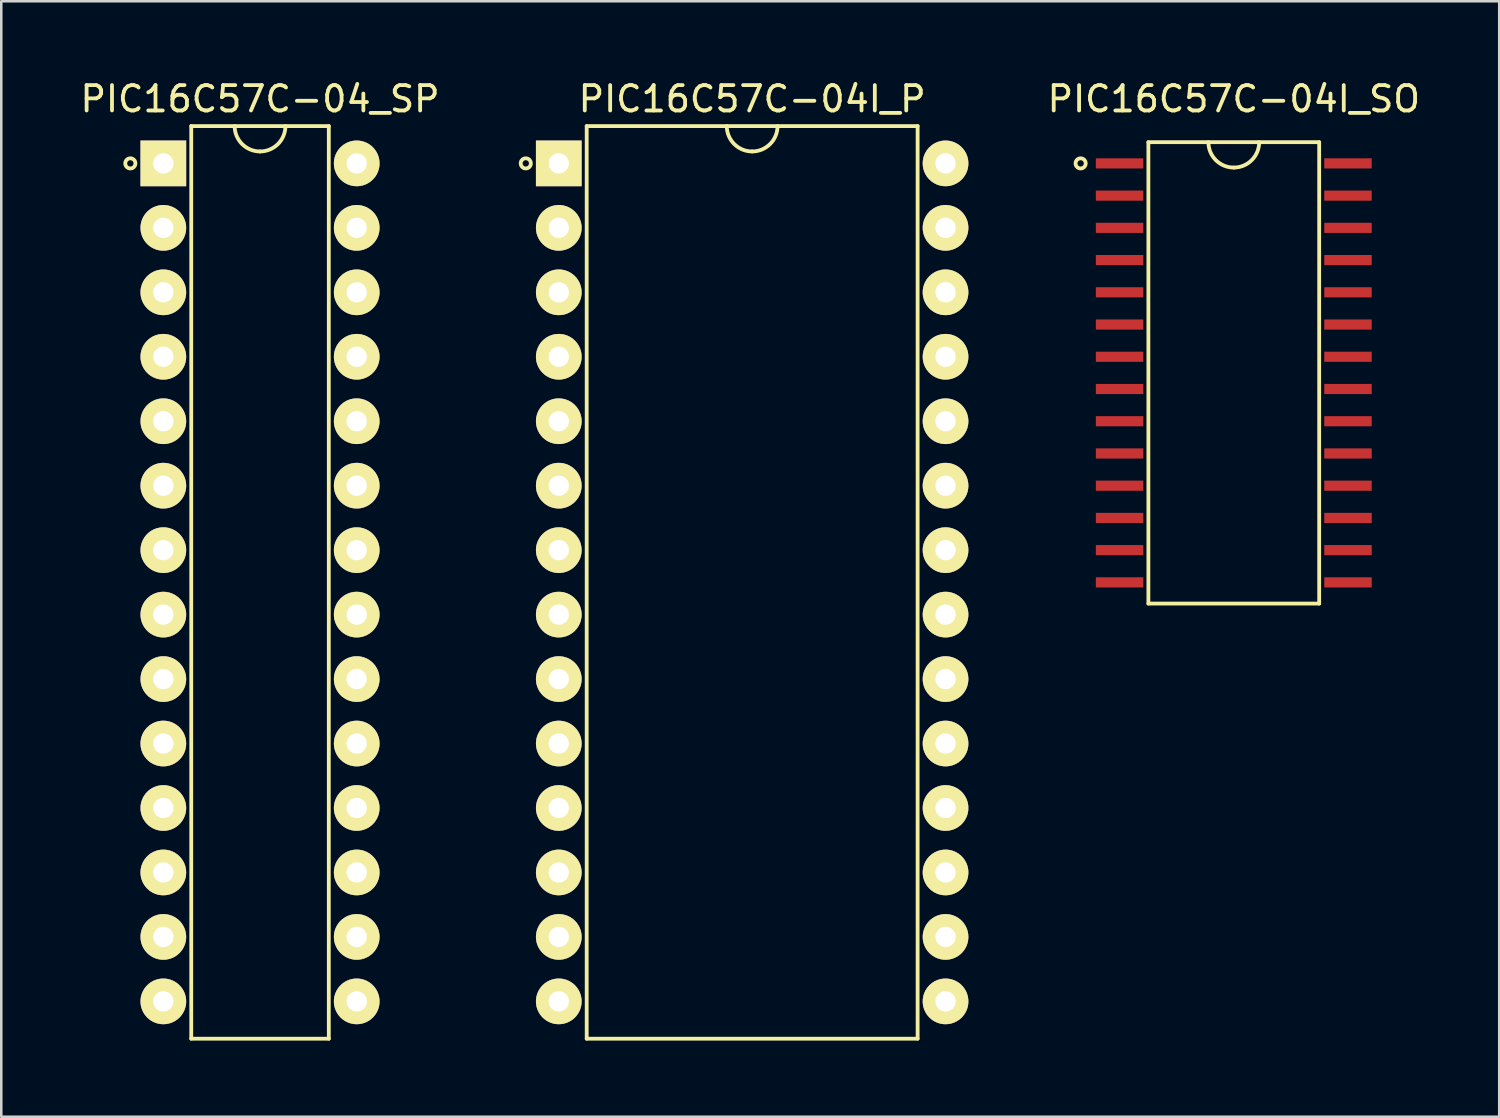
<source format=kicad_pcb>
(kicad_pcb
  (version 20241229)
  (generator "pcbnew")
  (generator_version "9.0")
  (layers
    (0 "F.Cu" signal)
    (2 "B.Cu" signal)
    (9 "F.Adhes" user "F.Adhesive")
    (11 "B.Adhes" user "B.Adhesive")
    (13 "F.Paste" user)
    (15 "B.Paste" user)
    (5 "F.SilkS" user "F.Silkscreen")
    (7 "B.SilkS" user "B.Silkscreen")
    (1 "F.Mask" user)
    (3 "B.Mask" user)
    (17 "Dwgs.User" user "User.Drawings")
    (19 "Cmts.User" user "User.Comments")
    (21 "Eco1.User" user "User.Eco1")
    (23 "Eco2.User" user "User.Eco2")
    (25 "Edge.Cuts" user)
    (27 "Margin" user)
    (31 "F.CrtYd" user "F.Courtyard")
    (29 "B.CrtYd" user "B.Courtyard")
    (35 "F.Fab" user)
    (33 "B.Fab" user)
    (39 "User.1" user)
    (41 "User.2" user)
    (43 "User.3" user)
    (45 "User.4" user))
  (footprint "PIC16C57C-04I_SO"
    (layer "F.Cu")
    (at 41.066 3.388)
    (property "Reference" "PIC16C57C-04I_SO" (at 4.5 -2.54 0) (layer "F.SilkS") (effects (font (size 1 1) (thickness 0.15))))
    (attr through_hole)
    (fp_line (start 1.135 -0.835) (end 7.865 -0.835) (stroke (width 0.15) (type solid)) (layer "F.SilkS"))
    (fp_line (start 1.135 17.345) (end 1.135 -0.835) (stroke (width 0.15) (type solid)) (layer "F.SilkS"))
    (fp_line (start 7.865 -0.835) (end 7.865 17.345) (stroke (width 0.15) (type solid)) (layer "F.SilkS"))
    (fp_line (start 7.865 17.345) (end 1.135 17.345) (stroke (width 0.15) (type solid)) (layer "F.SilkS"))
    (fp_arc (start 4.5 0.165) (mid 3.792893 -0.127893) (end 3.5 -0.835) (stroke (width 0.15) (type solid)) (layer "F.SilkS"))
    (fp_arc (start 5.5 -0.835) (mid 5.207107 -0.127893) (end 4.5 0.165) (stroke (width 0.15) (type solid)) (layer "F.SilkS"))
    (fp_circle (center -1.535 0) (end -1.535 0.2) (stroke (width 0.15) (type solid)) (fill no) (layer "F.SilkS"))
    (pad "1" smd rect (at 0 0) (size 1.87 0.4) (layers "F.Cu" "F.Mask" "F.Paste"))
    (pad "2" smd rect (at 0 1.27) (size 1.87 0.4) (layers "F.Cu" "F.Mask" "F.Paste"))
    (pad "3" smd rect (at 0 2.54) (size 1.87 0.4) (layers "F.Cu" "F.Mask" "F.Paste"))
    (pad "4" smd rect (at 0 3.81) (size 1.87 0.4) (layers "F.Cu" "F.Mask" "F.Paste"))
    (pad "5" smd rect (at 0 5.08) (size 1.87 0.4) (layers "F.Cu" "F.Mask" "F.Paste"))
    (pad "6" smd rect (at 0 6.35) (size 1.87 0.4) (layers "F.Cu" "F.Mask" "F.Paste"))
    (pad "7" smd rect (at 0 7.62) (size 1.87 0.4) (layers "F.Cu" "F.Mask" "F.Paste"))
    (pad "8" smd rect (at 0 8.89) (size 1.87 0.4) (layers "F.Cu" "F.Mask" "F.Paste"))
    (pad "9" smd rect (at 0 10.16) (size 1.87 0.4) (layers "F.Cu" "F.Mask" "F.Paste"))
    (pad "10" smd rect (at 0 11.43) (size 1.87 0.4) (layers "F.Cu" "F.Mask" "F.Paste"))
    (pad "11" smd rect (at 0 12.7) (size 1.87 0.4) (layers "F.Cu" "F.Mask" "F.Paste"))
    (pad "12" smd rect (at 0 13.97) (size 1.87 0.4) (layers "F.Cu" "F.Mask" "F.Paste"))
    (pad "13" smd rect (at 0 15.24) (size 1.87 0.4) (layers "F.Cu" "F.Mask" "F.Paste"))
    (pad "14" smd rect (at 0 16.51) (size 1.87 0.4) (layers "F.Cu" "F.Mask" "F.Paste"))
    (pad "15" smd rect (at 9 16.51) (size 1.87 0.4) (layers "F.Cu" "F.Mask" "F.Paste"))
    (pad "16" smd rect (at 9 15.24) (size 1.87 0.4) (layers "F.Cu" "F.Mask" "F.Paste"))
    (pad "17" smd rect (at 9 13.97) (size 1.87 0.4) (layers "F.Cu" "F.Mask" "F.Paste"))
    (pad "18" smd rect (at 9 12.7) (size 1.87 0.4) (layers "F.Cu" "F.Mask" "F.Paste"))
    (pad "19" smd rect (at 9 11.43) (size 1.87 0.4) (layers "F.Cu" "F.Mask" "F.Paste"))
    (pad "20" smd rect (at 9 10.16) (size 1.87 0.4) (layers "F.Cu" "F.Mask" "F.Paste"))
    (pad "21" smd rect (at 9 8.89) (size 1.87 0.4) (layers "F.Cu" "F.Mask" "F.Paste"))
    (pad "22" smd rect (at 9 7.62) (size 1.87 0.4) (layers "F.Cu" "F.Mask" "F.Paste"))
    (pad "23" smd rect (at 9 6.35) (size 1.87 0.4) (layers "F.Cu" "F.Mask" "F.Paste"))
    (pad "24" smd rect (at 9 5.08) (size 1.87 0.4) (layers "F.Cu" "F.Mask" "F.Paste"))
    (pad "25" smd rect (at 9 3.81) (size 1.87 0.4) (layers "F.Cu" "F.Mask" "F.Paste"))
    (pad "26" smd rect (at 9 2.54) (size 1.87 0.4) (layers "F.Cu" "F.Mask" "F.Paste"))
    (pad "27" smd rect (at 9 1.27) (size 1.87 0.4) (layers "F.Cu" "F.Mask" "F.Paste"))
    (pad "28" smd rect (at 9 0) (size 1.87 0.4) (layers "F.Cu" "F.Mask" "F.Paste")))
  (footprint "PIC16C57C-04_SP"
    (layer "F.Cu")
    (at 3.386 3.388)
    (property "Reference" "PIC16C57C-04_SP" (at 3.81 -2.54 0) (layer "F.SilkS") (effects (font (size 1 1) (thickness 0.15))))
    (attr through_hole)
    (fp_line (start 1.1 -1.47) (end 6.52 -1.47) (stroke (width 0.15) (type solid)) (layer "F.SilkS"))
    (fp_line (start 1.1 34.49) (end 1.1 -1.47) (stroke (width 0.15) (type solid)) (layer "F.SilkS"))
    (fp_line (start 6.52 -1.47) (end 6.52 34.49) (stroke (width 0.15) (type solid)) (layer "F.SilkS"))
    (fp_line (start 6.52 34.49) (end 1.1 34.49) (stroke (width 0.15) (type solid)) (layer "F.SilkS"))
    (fp_arc (start 3.81 -0.47) (mid 3.102893 -0.762893) (end 2.81 -1.47) (stroke (width 0.15) (type solid)) (layer "F.SilkS"))
    (fp_arc (start 4.81 -1.47) (mid 4.517107 -0.762893) (end 3.81 -0.47) (stroke (width 0.15) (type solid)) (layer "F.SilkS"))
    (fp_circle (center -1.3 0) (end -1.3 0.2) (stroke (width 0.15) (type solid)) (fill no) (layer "F.SilkS"))
    (pad "1" thru_hole rect (at 0 0) (size 1.8 1.8) (drill 0.8) (layers "*.Cu" "*.Mask" "F.SilkS"))
    (pad "2" thru_hole circle (at 0 2.54) (size 1.8 1.8) (drill 0.8) (layers "*.Cu" "*.Mask" "F.SilkS"))
    (pad "3" thru_hole circle (at 0 5.08) (size 1.8 1.8) (drill 0.8) (layers "*.Cu" "*.Mask" "F.SilkS"))
    (pad "4" thru_hole circle (at 0 7.62) (size 1.8 1.8) (drill 0.8) (layers "*.Cu" "*.Mask" "F.SilkS"))
    (pad "5" thru_hole circle (at 0 10.16) (size 1.8 1.8) (drill 0.8) (layers "*.Cu" "*.Mask" "F.SilkS"))
    (pad "6" thru_hole circle (at 0 12.7) (size 1.8 1.8) (drill 0.8) (layers "*.Cu" "*.Mask" "F.SilkS"))
    (pad "7" thru_hole circle (at 0 15.24) (size 1.8 1.8) (drill 0.8) (layers "*.Cu" "*.Mask" "F.SilkS"))
    (pad "8" thru_hole circle (at 0 17.78) (size 1.8 1.8) (drill 0.8) (layers "*.Cu" "*.Mask" "F.SilkS"))
    (pad "9" thru_hole circle (at 0 20.32) (size 1.8 1.8) (drill 0.8) (layers "*.Cu" "*.Mask" "F.SilkS"))
    (pad "10" thru_hole circle (at 0 22.86) (size 1.8 1.8) (drill 0.8) (layers "*.Cu" "*.Mask" "F.SilkS"))
    (pad "11" thru_hole circle (at 0 25.4) (size 1.8 1.8) (drill 0.8) (layers "*.Cu" "*.Mask" "F.SilkS"))
    (pad "12" thru_hole circle (at 0 27.94) (size 1.8 1.8) (drill 0.8) (layers "*.Cu" "*.Mask" "F.SilkS"))
    (pad "13" thru_hole circle (at 0 30.48) (size 1.8 1.8) (drill 0.8) (layers "*.Cu" "*.Mask" "F.SilkS"))
    (pad "14" thru_hole circle (at 0 33.02) (size 1.8 1.8) (drill 0.8) (layers "*.Cu" "*.Mask" "F.SilkS"))
    (pad "15" thru_hole circle (at 7.62 33.02) (size 1.8 1.8) (drill 0.8) (layers "*.Cu" "*.Mask" "F.SilkS"))
    (pad "16" thru_hole circle (at 7.62 30.48) (size 1.8 1.8) (drill 0.8) (layers "*.Cu" "*.Mask" "F.SilkS"))
    (pad "17" thru_hole circle (at 7.62 27.94) (size 1.8 1.8) (drill 0.8) (layers "*.Cu" "*.Mask" "F.SilkS"))
    (pad "18" thru_hole circle (at 7.62 25.4) (size 1.8 1.8) (drill 0.8) (layers "*.Cu" "*.Mask" "F.SilkS"))
    (pad "19" thru_hole circle (at 7.62 22.86) (size 1.8 1.8) (drill 0.8) (layers "*.Cu" "*.Mask" "F.SilkS"))
    (pad "20" thru_hole circle (at 7.62 20.32) (size 1.8 1.8) (drill 0.8) (layers "*.Cu" "*.Mask" "F.SilkS"))
    (pad "21" thru_hole circle (at 7.62 17.78) (size 1.8 1.8) (drill 0.8) (layers "*.Cu" "*.Mask" "F.SilkS"))
    (pad "22" thru_hole circle (at 7.62 15.24) (size 1.8 1.8) (drill 0.8) (layers "*.Cu" "*.Mask" "F.SilkS"))
    (pad "23" thru_hole circle (at 7.62 12.7) (size 1.8 1.8) (drill 0.8) (layers "*.Cu" "*.Mask" "F.SilkS"))
    (pad "24" thru_hole circle (at 7.62 10.16) (size 1.8 1.8) (drill 0.8) (layers "*.Cu" "*.Mask" "F.SilkS"))
    (pad "25" thru_hole circle (at 7.62 7.62) (size 1.8 1.8) (drill 0.8) (layers "*.Cu" "*.Mask" "F.SilkS"))
    (pad "26" thru_hole circle (at 7.62 5.08) (size 1.8 1.8) (drill 0.8) (layers "*.Cu" "*.Mask" "F.SilkS"))
    (pad "27" thru_hole circle (at 7.62 2.54) (size 1.8 1.8) (drill 0.8) (layers "*.Cu" "*.Mask" "F.SilkS"))
    (pad "28" thru_hole circle (at 7.62 0) (size 1.8 1.8) (drill 0.8) (layers "*.Cu" "*.Mask" "F.SilkS")))
  (footprint "PIC16C57C-04I_P"
    (layer "F.Cu")
    (at 18.968 3.388)
    (property "Reference" "PIC16C57C-04I_P" (at 7.62 -2.54 0) (layer "F.SilkS") (effects (font (size 1 1) (thickness 0.15))))
    (attr through_hole)
    (fp_line (start 1.1 -1.47) (end 14.14 -1.47) (stroke (width 0.15) (type solid)) (layer "F.SilkS"))
    (fp_line (start 1.1 34.49) (end 1.1 -1.47) (stroke (width 0.15) (type solid)) (layer "F.SilkS"))
    (fp_line (start 14.14 -1.47) (end 14.14 34.49) (stroke (width 0.15) (type solid)) (layer "F.SilkS"))
    (fp_line (start 14.14 34.49) (end 1.1 34.49) (stroke (width 0.15) (type solid)) (layer "F.SilkS"))
    (fp_arc (start 7.62 -0.47) (mid 6.912893 -0.762893) (end 6.62 -1.47) (stroke (width 0.15) (type solid)) (layer "F.SilkS"))
    (fp_arc (start 8.62 -1.47) (mid 8.327107 -0.762893) (end 7.62 -0.47) (stroke (width 0.15) (type solid)) (layer "F.SilkS"))
    (fp_circle (center -1.3 0) (end -1.3 0.2) (stroke (width 0.15) (type solid)) (fill no) (layer "F.SilkS"))
    (pad "1" thru_hole rect (at 0 0) (size 1.8 1.8) (drill 0.8) (layers "*.Cu" "*.Mask" "F.SilkS"))
    (pad "2" thru_hole circle (at 0 2.54) (size 1.8 1.8) (drill 0.8) (layers "*.Cu" "*.Mask" "F.SilkS"))
    (pad "3" thru_hole circle (at 0 5.08) (size 1.8 1.8) (drill 0.8) (layers "*.Cu" "*.Mask" "F.SilkS"))
    (pad "4" thru_hole circle (at 0 7.62) (size 1.8 1.8) (drill 0.8) (layers "*.Cu" "*.Mask" "F.SilkS"))
    (pad "5" thru_hole circle (at 0 10.16) (size 1.8 1.8) (drill 0.8) (layers "*.Cu" "*.Mask" "F.SilkS"))
    (pad "6" thru_hole circle (at 0 12.7) (size 1.8 1.8) (drill 0.8) (layers "*.Cu" "*.Mask" "F.SilkS"))
    (pad "7" thru_hole circle (at 0 15.24) (size 1.8 1.8) (drill 0.8) (layers "*.Cu" "*.Mask" "F.SilkS"))
    (pad "8" thru_hole circle (at 0 17.78) (size 1.8 1.8) (drill 0.8) (layers "*.Cu" "*.Mask" "F.SilkS"))
    (pad "9" thru_hole circle (at 0 20.32) (size 1.8 1.8) (drill 0.8) (layers "*.Cu" "*.Mask" "F.SilkS"))
    (pad "10" thru_hole circle (at 0 22.86) (size 1.8 1.8) (drill 0.8) (layers "*.Cu" "*.Mask" "F.SilkS"))
    (pad "11" thru_hole circle (at 0 25.4) (size 1.8 1.8) (drill 0.8) (layers "*.Cu" "*.Mask" "F.SilkS"))
    (pad "12" thru_hole circle (at 0 27.94) (size 1.8 1.8) (drill 0.8) (layers "*.Cu" "*.Mask" "F.SilkS"))
    (pad "13" thru_hole circle (at 0 30.48) (size 1.8 1.8) (drill 0.8) (layers "*.Cu" "*.Mask" "F.SilkS"))
    (pad "14" thru_hole circle (at 0 33.02) (size 1.8 1.8) (drill 0.8) (layers "*.Cu" "*.Mask" "F.SilkS"))
    (pad "15" thru_hole circle (at 15.24 33.02) (size 1.8 1.8) (drill 0.8) (layers "*.Cu" "*.Mask" "F.SilkS"))
    (pad "16" thru_hole circle (at 15.24 30.48) (size 1.8 1.8) (drill 0.8) (layers "*.Cu" "*.Mask" "F.SilkS"))
    (pad "17" thru_hole circle (at 15.24 27.94) (size 1.8 1.8) (drill 0.8) (layers "*.Cu" "*.Mask" "F.SilkS"))
    (pad "18" thru_hole circle (at 15.24 25.4) (size 1.8 1.8) (drill 0.8) (layers "*.Cu" "*.Mask" "F.SilkS"))
    (pad "19" thru_hole circle (at 15.24 22.86) (size 1.8 1.8) (drill 0.8) (layers "*.Cu" "*.Mask" "F.SilkS"))
    (pad "20" thru_hole circle (at 15.24 20.32) (size 1.8 1.8) (drill 0.8) (layers "*.Cu" "*.Mask" "F.SilkS"))
    (pad "21" thru_hole circle (at 15.24 17.78) (size 1.8 1.8) (drill 0.8) (layers "*.Cu" "*.Mask" "F.SilkS"))
    (pad "22" thru_hole circle (at 15.24 15.24) (size 1.8 1.8) (drill 0.8) (layers "*.Cu" "*.Mask" "F.SilkS"))
    (pad "23" thru_hole circle (at 15.24 12.7) (size 1.8 1.8) (drill 0.8) (layers "*.Cu" "*.Mask" "F.SilkS"))
    (pad "24" thru_hole circle (at 15.24 10.16) (size 1.8 1.8) (drill 0.8) (layers "*.Cu" "*.Mask" "F.SilkS"))
    (pad "25" thru_hole circle (at 15.24 7.62) (size 1.8 1.8) (drill 0.8) (layers "*.Cu" "*.Mask" "F.SilkS"))
    (pad "26" thru_hole circle (at 15.24 5.08) (size 1.8 1.8) (drill 0.8) (layers "*.Cu" "*.Mask" "F.SilkS"))
    (pad "27" thru_hole circle (at 15.24 2.54) (size 1.8 1.8) (drill 0.8) (layers "*.Cu" "*.Mask" "F.SilkS"))
    (pad "28" thru_hole circle (at 15.24 0) (size 1.8 1.8) (drill 0.8) (layers "*.Cu" "*.Mask" "F.SilkS")))
  (gr_rect
    (start -3 -3)
    (end 56.025 40.953)
    (stroke (width 0.1) (type default))
    (fill no)
    (layer "Edge.Cuts")))
</source>
